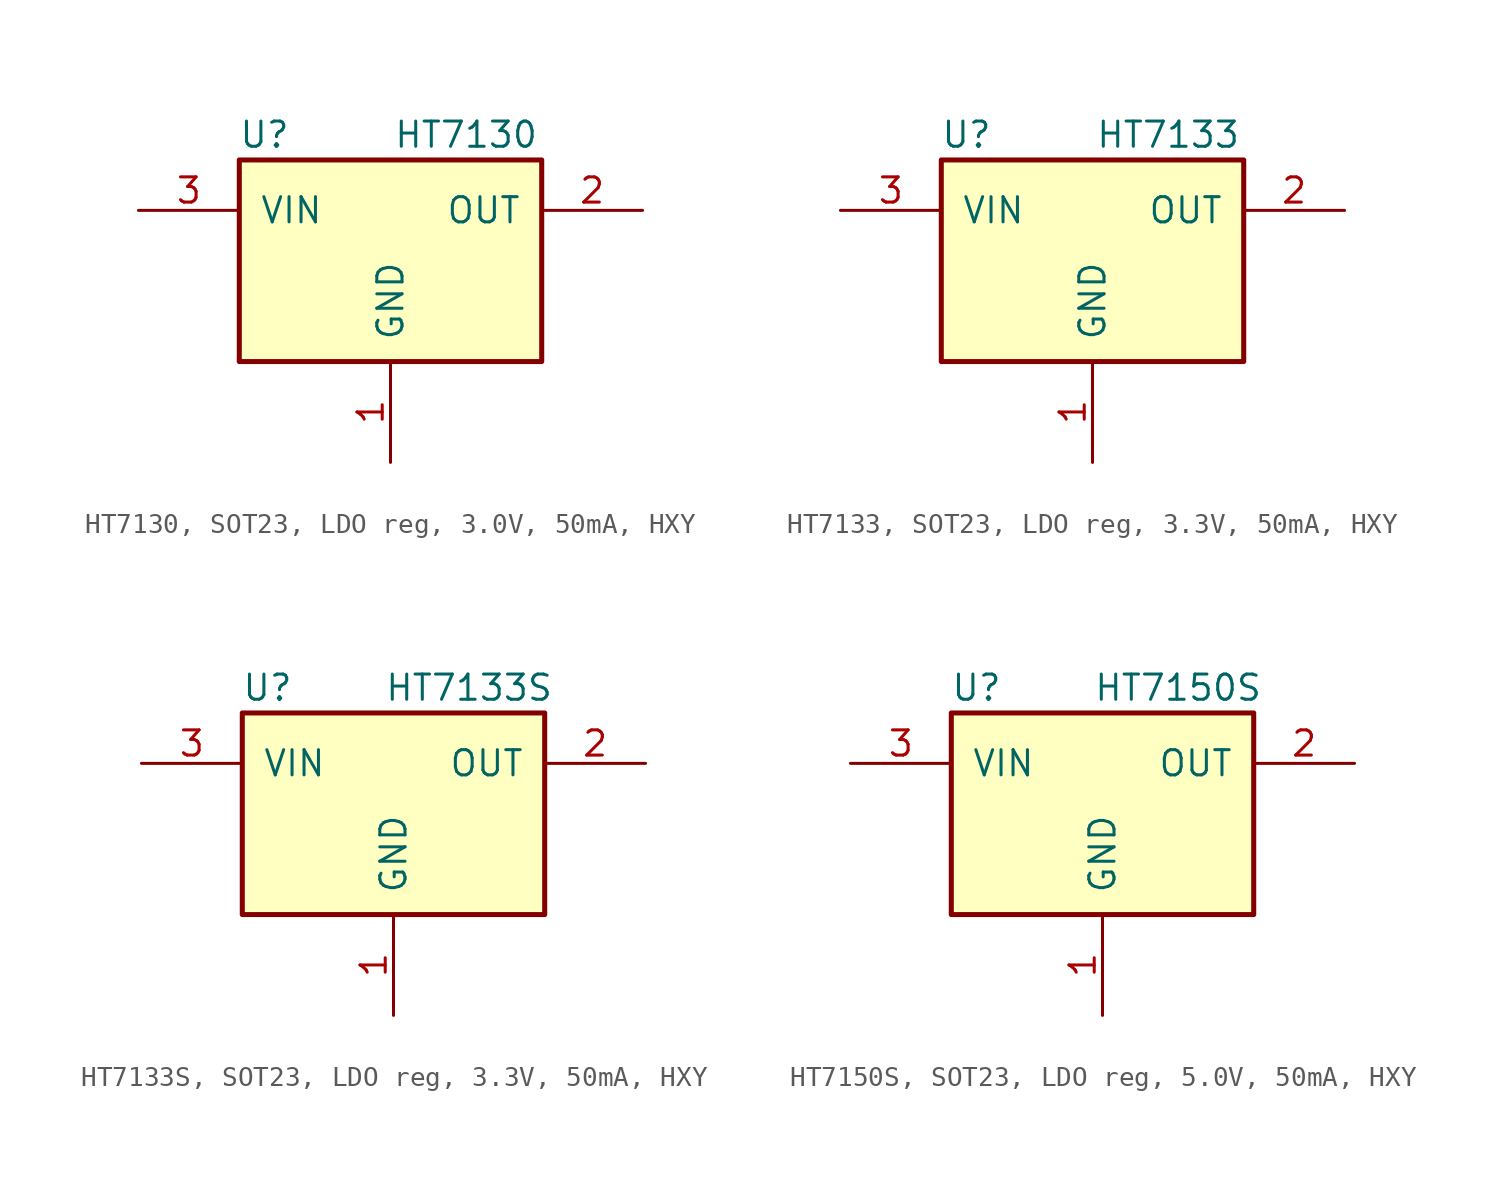
<source format=kicad_sym>
(kicad_symbol_lib
  (version 20241209)
  (generator "kicad_symbol_editor")
  (generator_version "9.0")
  (symbol "HT7130, SOT23, LDO reg, 3.0V, 50mA, HXY"
    (pin_names
      (offset 1.016))
    (property "Reference" "U"
      (at -6.35 6.35 0)
      (effects (font (size 1.27 1.27))))
    (property "Value" "HT7130"
      (at 3.81 6.35 0)
      (effects (font (size 1.27 1.27))))
    (symbol "HT7130, SOT23, LDO reg, 3.0V, 50mA, HXY_0_1"
      (rectangle (start -7.62 5.08) (end 7.62 -5.08) (stroke (width 0.254) (type default)) (fill (type background))))
    (symbol "HT7130, SOT23, LDO reg, 3.0V, 50mA, HXY_1_1"
      (pin power_in line (at -12.7 2.54 0) (length 5.08) (name "VIN" (effects (font (size 1.27 1.27)))) (number "3" (effects (font (size 1.27 1.27)))))
      (pin passive line (at 0 -10.16 90) (length 5.08) (name "GND" (effects (font (size 1.27 1.27)))) (number "1" (effects (font (size 1.27 1.27)))))
      (pin power_out line (at 12.7 2.54 180) (length 5.08) (name "OUT" (effects (font (size 1.27 1.27)))) (number "2" (effects (font (size 1.27 1.27)))))))
  (symbol "HT7133, SOT23, LDO reg, 3.3V, 50mA, HXY"
    (pin_names
      (offset 1.016))
    (property "Reference" "U"
      (at -6.35 6.35 0)
      (effects (font (size 1.27 1.27))))
    (property "Value" "HT7133"
      (at 3.81 6.35 0)
      (effects (font (size 1.27 1.27))))
    (symbol "HT7133, SOT23, LDO reg, 3.3V, 50mA, HXY_0_1"
      (rectangle (start -7.62 5.08) (end 7.62 -5.08) (stroke (width 0.254) (type default)) (fill (type background))))
    (symbol "HT7133, SOT23, LDO reg, 3.3V, 50mA, HXY_1_1"
      (pin power_in line (at -12.7 2.54 0) (length 5.08) (name "VIN" (effects (font (size 1.27 1.27)))) (number "3" (effects (font (size 1.27 1.27)))))
      (pin passive line (at 0 -10.16 90) (length 5.08) (name "GND" (effects (font (size 1.27 1.27)))) (number "1" (effects (font (size 1.27 1.27)))))
      (pin power_out line (at 12.7 2.54 180) (length 5.08) (name "OUT" (effects (font (size 1.27 1.27)))) (number "2" (effects (font (size 1.27 1.27)))))))
  (symbol "HT7133S, SOT23, LDO reg, 3.3V, 50mA, HXY"
    (pin_names
      (offset 1.016))
    (property "Reference" "U"
      (at -6.35 6.35 0)
      (effects (font (size 1.27 1.27))))
    (property "Value" "HT7133S"
      (at 3.81 6.35 0)
      (effects (font (size 1.27 1.27))))
    (symbol "HT7133S, SOT23, LDO reg, 3.3V, 50mA, HXY_0_1"
      (rectangle (start -7.62 5.08) (end 7.62 -5.08) (stroke (width 0.254) (type default)) (fill (type background))))
    (symbol "HT7133S, SOT23, LDO reg, 3.3V, 50mA, HXY_1_1"
      (pin power_in line (at -12.7 2.54 0) (length 5.08) (name "VIN" (effects (font (size 1.27 1.27)))) (number "3" (effects (font (size 1.27 1.27)))))
      (pin passive line (at 0 -10.16 90) (length 5.08) (name "GND" (effects (font (size 1.27 1.27)))) (number "1" (effects (font (size 1.27 1.27)))))
      (pin power_out line (at 12.7 2.54 180) (length 5.08) (name "OUT" (effects (font (size 1.27 1.27)))) (number "2" (effects (font (size 1.27 1.27)))))))
  (symbol "HT7150S, SOT23, LDO reg, 5.0V, 50mA, HXY"
    (pin_names
      (offset 1.016))
    (property "Reference" "U"
      (at -6.35 6.35 0)
      (effects (font (size 1.27 1.27))))
    (property "Value" "HT7150S"
      (at 3.81 6.35 0)
      (effects (font (size 1.27 1.27))))
    (symbol "HT7150S, SOT23, LDO reg, 5.0V, 50mA, HXY_0_1"
      (rectangle (start -7.62 5.08) (end 7.62 -5.08) (stroke (width 0.254) (type default)) (fill (type background))))
    (symbol "HT7150S, SOT23, LDO reg, 5.0V, 50mA, HXY_1_1"
      (pin power_in line (at -12.7 2.54 0) (length 5.08) (name "VIN" (effects (font (size 1.27 1.27)))) (number "3" (effects (font (size 1.27 1.27)))))
      (pin passive line (at 0 -10.16 90) (length 5.08) (name "GND" (effects (font (size 1.27 1.27)))) (number "1" (effects (font (size 1.27 1.27)))))
      (pin power_out line (at 12.7 2.54 180) (length 5.08) (name "OUT" (effects (font (size 1.27 1.27)))) (number "2" (effects (font (size 1.27 1.27))))))))
</source>
